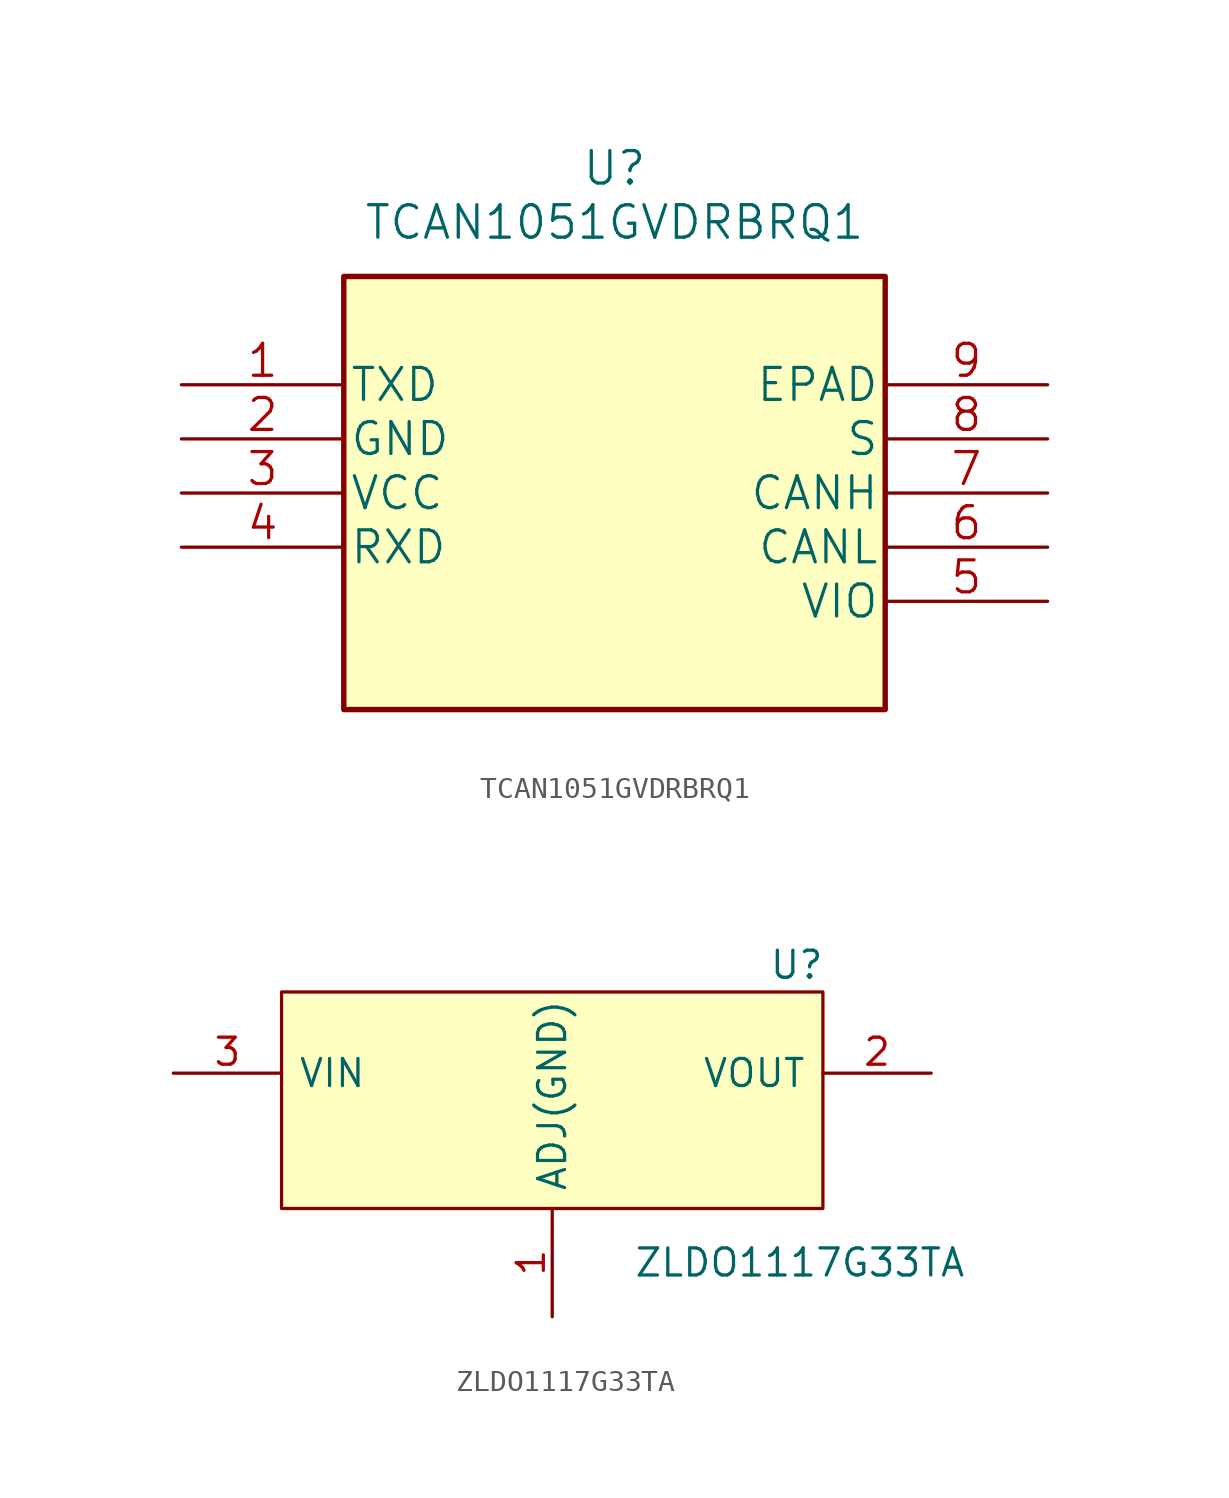
<source format=kicad_sym>
(kicad_symbol_lib
  (version 20220914)
  (generator kicad_symbol_editor)
  (symbol "TCAN1051GVDRBRQ1"
    (pin_names
      (offset 0.254))
    (property "Reference" "U"
      (at 20.32 10.16 0)
      (effects (font (size 1.524 1.524))))
    (property "Value" "TCAN1051GVDRBRQ1"
      (at 20.32 7.62 0)
      (effects (font (size 1.524 1.524))))
    (property "Datasheet" ""
      (at 0 0 0)
      (effects (font (size 1.524 1.524))))
    (property "ki_locked" ""
      (at 0 0 0)
      (effects (font (size 1.27 1.27))))
    (symbol "TCAN1051GVDRBRQ1_1_1"
      (rectangle (start 7.62 5.08) (end 33.02 -15.24) (stroke (width 0.254) (type solid)) (fill (type background)))
      (pin input line (at 0 0 0) (length 7.62) (name "TXD" (effects (font (size 1.499 1.499)))) (number "1" (effects (font (size 1.499 1.499)))))
      (pin power_in line (at 0 -2.54 0) (length 7.62) (name "GND" (effects (font (size 1.499 1.499)))) (number "2" (effects (font (size 1.499 1.499)))))
      (pin power_in line (at 0 -5.08 0) (length 7.62) (name "VCC" (effects (font (size 1.499 1.499)))) (number "3" (effects (font (size 1.499 1.499)))))
      (pin output line (at 0 -7.62 0) (length 7.62) (name "RXD" (effects (font (size 1.499 1.499)))) (number "4" (effects (font (size 1.499 1.499)))))
      (pin power_in line (at 40.64 -10.16 180) (length 7.62) (name "VIO" (effects (font (size 1.499 1.499)))) (number "5" (effects (font (size 1.499 1.499)))))
      (pin bidirectional line (at 40.64 -7.62 180) (length 7.62) (name "CANL" (effects (font (size 1.499 1.499)))) (number "6" (effects (font (size 1.499 1.499)))))
      (pin bidirectional line (at 40.64 -5.08 180) (length 7.62) (name "CANH" (effects (font (size 1.499 1.499)))) (number "7" (effects (font (size 1.499 1.499)))))
      (pin input line (at 40.64 -2.54 180) (length 7.62) (name "S" (effects (font (size 1.499 1.499)))) (number "8" (effects (font (size 1.499 1.499)))))
      (pin passive line (at 40.64 0 180) (length 7.62) (name "EPAD" (effects (font (size 1.499 1.499)))) (number "9" (effects (font (size 1.499 1.499)))))))
  (symbol "ZLDO1117G33TA"
    (pin_names
      (offset 0.762))
    (property "Reference" "U"
      (at 10.16 6.35 0)
      (effects (font (size 1.27 1.27)) (justify left)))
    (property "Value" "ZLDO1117G33TA"
      (at 3.81 -7.62 0)
      (effects (font (size 1.27 1.27)) (justify left)))
    (symbol "ZLDO1117G33TA_0_0"
      (pin power_in line (at 0 -10.16 90) (length 5.08) (name "ADJ(GND)" (effects (font (size 1.27 1.27)))) (number "1" (effects (font (size 1.27 1.27)))))
      (pin power_out line (at 17.78 1.27 180) (length 5.08) (name "VOUT" (effects (font (size 1.27 1.27)))) (number "2" (effects (font (size 1.27 1.27)))))
      (pin power_in line (at -17.78 1.27 0) (length 5.08) (name "VIN" (effects (font (size 1.27 1.27)))) (number "3" (effects (font (size 1.27 1.27))))))
    (symbol "ZLDO1117G33TA_0_1"
      (polyline (pts (xy -12.7 5.08) (xy 12.7 5.08) (xy 12.7 -5.08) (xy -12.7 -5.08) (xy -12.7 5.08)) (stroke (width 0.152) (type solid)) (fill (type background))))))
</source>
